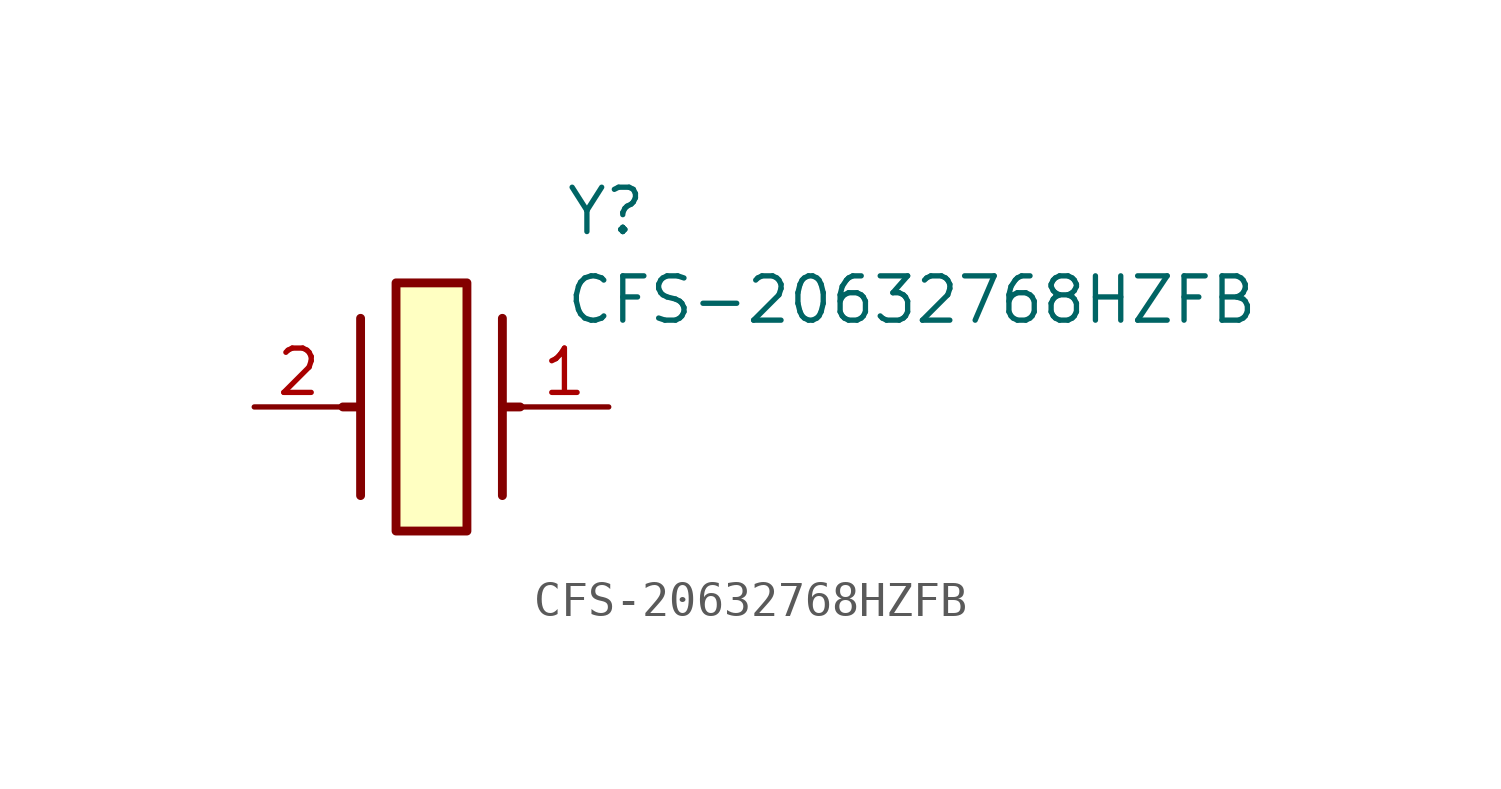
<source format=kicad_sym>
(kicad_symbol_lib
  (version 20220914)
  (generator kicad_symbol_editor)
  (symbol "CFS-20632768HZFB"
    (pin_names hide)
    (property "Reference" "Y"
      (at 8.89 6.35 0)
      (effects (font (size 1.27 1.27)) (justify left top)))
    (property "Value" "CFS-20632768HZFB"
      (at 8.89 3.81 0)
      (effects (font (size 1.27 1.27)) (justify left top)))
    (symbol "CFS-20632768HZFB_1_1"
      (polyline (pts (xy 3.048 0) (xy 2.54 0)) (stroke (width 0.254) (type default)) (fill (type none)))
      (polyline (pts (xy 3.048 2.54) (xy 3.048 -2.54)) (stroke (width 0.254) (type default)) (fill (type none)))
      (polyline (pts (xy 7.112 0) (xy 7.62 0)) (stroke (width 0.254) (type default)) (fill (type none)))
      (polyline (pts (xy 7.112 2.54) (xy 7.112 -2.54)) (stroke (width 0.254) (type default)) (fill (type none)))
      (rectangle (start 4.064 3.556) (end 6.096 -3.556) (stroke (width 0.254) (type default)) (fill (type background)))
      (pin passive line (at 10.16 0 180) (length 2.54) (name "" (effects (font (size 1.27 1.27)))) (number "1" (effects (font (size 1.27 1.27)))))
      (pin passive line (at 0 0 0) (length 2.54) (name "CRYSTAL_2" (effects (font (size 1.27 1.27)))) (number "2" (effects (font (size 1.27 1.27))))))))
</source>
